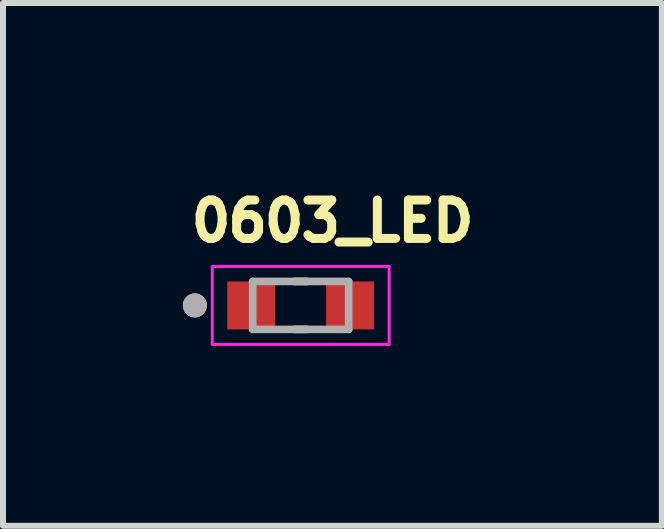
<source format=kicad_pcb>
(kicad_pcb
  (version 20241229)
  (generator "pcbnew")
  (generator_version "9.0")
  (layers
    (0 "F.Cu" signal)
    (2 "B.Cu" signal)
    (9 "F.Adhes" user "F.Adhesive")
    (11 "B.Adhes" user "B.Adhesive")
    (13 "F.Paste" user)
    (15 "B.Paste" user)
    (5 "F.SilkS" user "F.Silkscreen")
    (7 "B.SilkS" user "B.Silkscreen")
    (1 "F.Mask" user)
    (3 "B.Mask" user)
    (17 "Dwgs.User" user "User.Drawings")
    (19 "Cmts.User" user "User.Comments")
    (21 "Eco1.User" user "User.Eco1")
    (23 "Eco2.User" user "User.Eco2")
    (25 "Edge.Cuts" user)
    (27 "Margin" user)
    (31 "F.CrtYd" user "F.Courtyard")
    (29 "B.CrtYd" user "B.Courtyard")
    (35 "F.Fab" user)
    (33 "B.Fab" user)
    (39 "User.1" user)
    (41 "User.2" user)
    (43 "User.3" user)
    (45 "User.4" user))
  (footprint "0603_LED"
    (layer "F.Cu")
    (at 1.965 2.044)
    (property "Reference" "0603_LED" (at 0.532 -1.406 0) (layer "F.SilkS") (effects (font (size 0.64 0.64) (thickness 0.15))))
    (attr smd)
    (fp_line (start -0.105 -0.4) (end 0.105 -0.4) (stroke (width 0.127) (type solid)) (layer "F.SilkS"))
    (fp_line (start -0.105 0.4) (end 0.105 0.4) (stroke (width 0.127) (type solid)) (layer "F.SilkS"))
    (fp_circle (center -1.765 0) (end -1.665 0) (stroke (width 0.2) (type solid)) (fill no) (layer "F.SilkS"))
    (fp_line (start -1.475 -0.65) (end -1.475 0.65) (stroke (width 0.05) (type solid)) (layer "F.CrtYd"))
    (fp_line (start -1.475 0.65) (end 1.475 0.65) (stroke (width 0.05) (type solid)) (layer "F.CrtYd"))
    (fp_line (start 1.475 -0.65) (end -1.475 -0.65) (stroke (width 0.05) (type solid)) (layer "F.CrtYd"))
    (fp_line (start 1.475 0.65) (end 1.475 -0.65) (stroke (width 0.05) (type solid)) (layer "F.CrtYd"))
    (fp_line (start -0.8 -0.4) (end -0.8 0.4) (stroke (width 0.127) (type solid)) (layer "F.Fab"))
    (fp_line (start -0.8 0.4) (end 0.8 0.4) (stroke (width 0.127) (type solid)) (layer "F.Fab"))
    (fp_line (start 0.8 -0.4) (end -0.8 -0.4) (stroke (width 0.127) (type solid)) (layer "F.Fab"))
    (fp_line (start 0.8 0.4) (end 0.8 -0.4) (stroke (width 0.127) (type solid)) (layer "F.Fab"))
    (fp_circle (center -1.765 0) (end -1.665 0) (stroke (width 0.2) (type solid)) (fill no) (layer "F.Fab"))
    (pad "A" smd rect (at 0.825 0) (size 0.8 0.8) (layers "F.Cu" "F.Mask" "F.Paste"))
    (pad "C" smd rect (at -0.825 0) (size 0.8 0.8) (layers "F.Cu" "F.Mask" "F.Paste")))
  (gr_rect
    (start -3 -3)
    (end 7.989 5.719)
    (stroke (width 0.1) (type default))
    (fill no)
    (layer "Edge.Cuts")))
</source>
